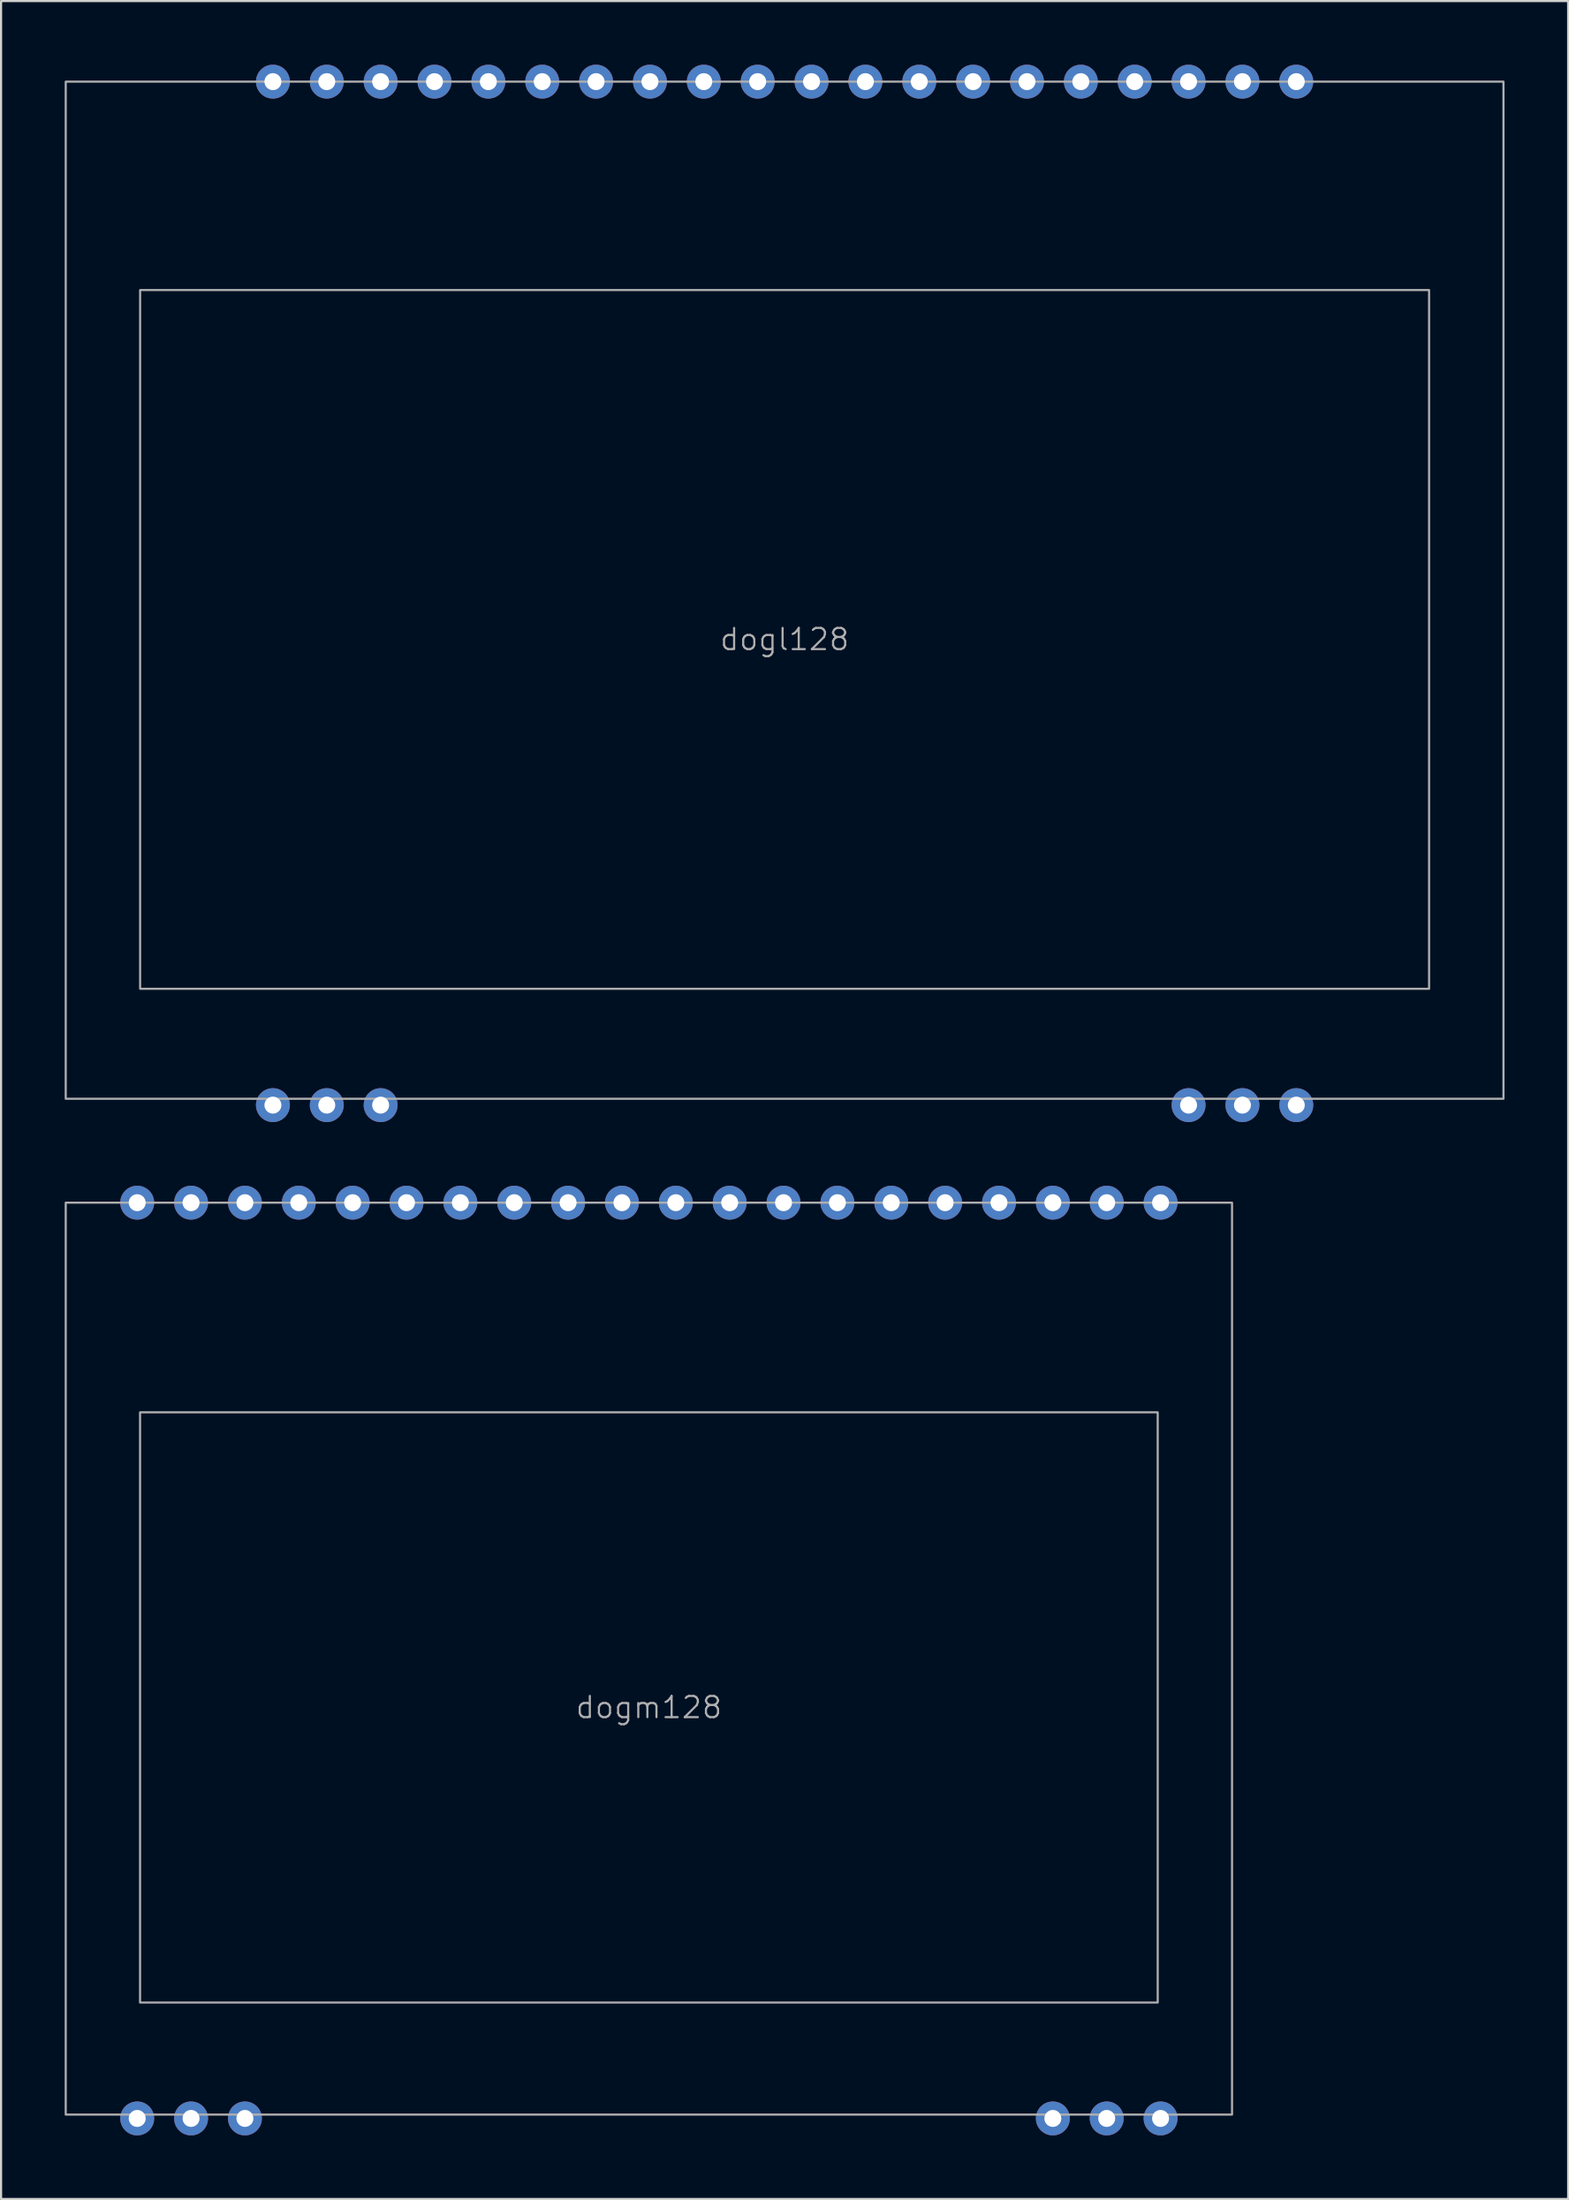
<source format=kicad_pcb>
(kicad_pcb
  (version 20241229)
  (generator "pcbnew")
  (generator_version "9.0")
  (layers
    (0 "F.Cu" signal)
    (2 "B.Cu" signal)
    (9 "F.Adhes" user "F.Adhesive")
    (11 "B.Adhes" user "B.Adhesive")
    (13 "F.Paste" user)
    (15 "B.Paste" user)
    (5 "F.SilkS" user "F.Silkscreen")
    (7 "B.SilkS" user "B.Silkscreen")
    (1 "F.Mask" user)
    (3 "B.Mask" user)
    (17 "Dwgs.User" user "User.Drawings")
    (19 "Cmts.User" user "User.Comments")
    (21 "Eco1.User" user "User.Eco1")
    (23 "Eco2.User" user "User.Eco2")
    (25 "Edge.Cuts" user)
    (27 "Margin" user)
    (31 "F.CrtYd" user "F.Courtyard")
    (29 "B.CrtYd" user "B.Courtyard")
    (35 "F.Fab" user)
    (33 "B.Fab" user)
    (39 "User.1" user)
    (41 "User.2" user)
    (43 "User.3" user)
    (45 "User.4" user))
  (footprint "dogm128"
    (layer "F.Cu")
    (at 27.55 77.46)
    (property "Reference" "dogm128" (at 0 0 0) (unlocked yes) (layer "F.Fab") (effects (font (size 1 1) (thickness 0.1))))
    (attr through_hole)
    (fp_rect (start -27.5 -23.8) (end 27.5 19.2) (stroke (width 0.1) (type default)) (fill no) (layer "F.Fab"))
    (fp_rect (start -23.995 13.915) (end 23.995 -13.915) (stroke (width 0.1) (type default)) (fill no) (layer "F.Fab"))
    (pad "1" thru_hole circle (at -24.13 19.38) (size 1.6 1.6) (drill 0.8) (layers "*.Cu" "*.Mask"))
    (pad "2" thru_hole circle (at -21.59 19.38) (size 1.6 1.6) (drill 0.8) (layers "*.Cu" "*.Mask"))
    (pad "3" thru_hole circle (at -19.05 19.38) (size 1.6 1.6) (drill 0.8) (layers "*.Cu" "*.Mask"))
    (pad "18" thru_hole circle (at 19.05 19.38) (size 1.6 1.6) (drill 0.8) (layers "*.Cu" "*.Mask"))
    (pad "19" thru_hole circle (at 21.59 19.38) (size 1.6 1.6) (drill 0.8) (layers "*.Cu" "*.Mask"))
    (pad "20" thru_hole circle (at 24.13 19.38) (size 1.6 1.6) (drill 0.8) (layers "*.Cu" "*.Mask"))
    (pad "21" thru_hole circle (at 24.13 -23.8) (size 1.6 1.6) (drill 0.8) (layers "*.Cu" "*.Mask"))
    (pad "22" thru_hole circle (at 21.59 -23.8) (size 1.6 1.6) (drill 0.8) (layers "*.Cu" "*.Mask"))
    (pad "23" thru_hole circle (at 19.05 -23.8) (size 1.6 1.6) (drill 0.8) (layers "*.Cu" "*.Mask"))
    (pad "24" thru_hole circle (at 16.51 -23.8) (size 1.6 1.6) (drill 0.8) (layers "*.Cu" "*.Mask"))
    (pad "25" thru_hole circle (at 13.97 -23.8) (size 1.6 1.6) (drill 0.8) (layers "*.Cu" "*.Mask"))
    (pad "26" thru_hole circle (at 11.43 -23.8) (size 1.6 1.6) (drill 0.8) (layers "*.Cu" "*.Mask"))
    (pad "27" thru_hole circle (at 8.89 -23.8) (size 1.6 1.6) (drill 0.8) (layers "*.Cu" "*.Mask"))
    (pad "28" thru_hole circle (at 6.35 -23.8) (size 1.6 1.6) (drill 0.8) (layers "*.Cu" "*.Mask"))
    (pad "29" thru_hole circle (at 3.81 -23.8) (size 1.6 1.6) (drill 0.8) (layers "*.Cu" "*.Mask"))
    (pad "30" thru_hole circle (at 1.27 -23.8) (size 1.6 1.6) (drill 0.8) (layers "*.Cu" "*.Mask"))
    (pad "31" thru_hole circle (at -1.27 -23.8) (size 1.6 1.6) (drill 0.8) (layers "*.Cu" "*.Mask"))
    (pad "32" thru_hole circle (at -3.81 -23.8) (size 1.6 1.6) (drill 0.8) (layers "*.Cu" "*.Mask"))
    (pad "33" thru_hole circle (at -6.35 -23.8) (size 1.6 1.6) (drill 0.8) (layers "*.Cu" "*.Mask"))
    (pad "34" thru_hole circle (at -8.89 -23.8) (size 1.6 1.6) (drill 0.8) (layers "*.Cu" "*.Mask"))
    (pad "35" thru_hole circle (at -11.43 -23.8) (size 1.6 1.6) (drill 0.8) (layers "*.Cu" "*.Mask"))
    (pad "36" thru_hole circle (at -13.97 -23.8) (size 1.6 1.6) (drill 0.8) (layers "*.Cu" "*.Mask"))
    (pad "37" thru_hole circle (at -16.51 -23.8) (size 1.6 1.6) (drill 0.8) (layers "*.Cu" "*.Mask"))
    (pad "38" thru_hole circle (at -19.05 -23.8) (size 1.6 1.6) (drill 0.8) (layers "*.Cu" "*.Mask"))
    (pad "39" thru_hole circle (at -21.59 -23.8) (size 1.6 1.6) (drill 0.8) (layers "*.Cu" "*.Mask"))
    (pad "40" thru_hole circle (at -24.13 -23.8) (size 1.6 1.6) (drill 0.8) (layers "*.Cu" "*.Mask")))
  (footprint "dogl128"
    (layer "F.Cu")
    (at 33.95 27.1)
    (property "Reference" "dogl128" (at 0 0 0) (unlocked yes) (layer "F.Fab") (effects (font (size 1 1) (thickness 0.1))))
    (attr through_hole)
    (fp_rect (start -33.9 -26.3) (end 33.9 21.66) (stroke (width 0.1) (type default)) (fill no) (layer "F.Fab"))
    (fp_rect (start -30.392 -16.473) (end 30.392 16.473) (stroke (width 0.1) (type default)) (fill no) (layer "F.Fab"))
    (pad "1" thru_hole circle (at -24.13 21.96) (size 1.6 1.6) (drill 0.8) (layers "*.Cu" "*.Mask"))
    (pad "2" thru_hole circle (at -21.59 21.96) (size 1.6 1.6) (drill 0.8) (layers "*.Cu" "*.Mask"))
    (pad "3" thru_hole circle (at -19.05 21.96) (size 1.6 1.6) (drill 0.8) (layers "*.Cu" "*.Mask"))
    (pad "18" thru_hole circle (at 19.05 21.96) (size 1.6 1.6) (drill 0.8) (layers "*.Cu" "*.Mask"))
    (pad "19" thru_hole circle (at 21.59 21.96) (size 1.6 1.6) (drill 0.8) (layers "*.Cu" "*.Mask"))
    (pad "20" thru_hole circle (at 24.13 21.96) (size 1.6 1.6) (drill 0.8) (layers "*.Cu" "*.Mask"))
    (pad "21" thru_hole circle (at 24.13 -26.3) (size 1.6 1.6) (drill 0.8) (layers "*.Cu" "*.Mask"))
    (pad "22" thru_hole circle (at 21.59 -26.3) (size 1.6 1.6) (drill 0.8) (layers "*.Cu" "*.Mask"))
    (pad "23" thru_hole circle (at 19.05 -26.3) (size 1.6 1.6) (drill 0.8) (layers "*.Cu" "*.Mask"))
    (pad "24" thru_hole circle (at 16.51 -26.3) (size 1.6 1.6) (drill 0.8) (layers "*.Cu" "*.Mask"))
    (pad "25" thru_hole circle (at 13.97 -26.3) (size 1.6 1.6) (drill 0.8) (layers "*.Cu" "*.Mask"))
    (pad "26" thru_hole circle (at 11.43 -26.3) (size 1.6 1.6) (drill 0.8) (layers "*.Cu" "*.Mask"))
    (pad "27" thru_hole circle (at 8.89 -26.3) (size 1.6 1.6) (drill 0.8) (layers "*.Cu" "*.Mask"))
    (pad "28" thru_hole circle (at 6.35 -26.3) (size 1.6 1.6) (drill 0.8) (layers "*.Cu" "*.Mask"))
    (pad "29" thru_hole circle (at 3.81 -26.3) (size 1.6 1.6) (drill 0.8) (layers "*.Cu" "*.Mask"))
    (pad "30" thru_hole circle (at 1.27 -26.3) (size 1.6 1.6) (drill 0.8) (layers "*.Cu" "*.Mask"))
    (pad "31" thru_hole circle (at -1.27 -26.3) (size 1.6 1.6) (drill 0.8) (layers "*.Cu" "*.Mask"))
    (pad "32" thru_hole circle (at -3.81 -26.3) (size 1.6 1.6) (drill 0.8) (layers "*.Cu" "*.Mask"))
    (pad "33" thru_hole circle (at -6.35 -26.3) (size 1.6 1.6) (drill 0.8) (layers "*.Cu" "*.Mask"))
    (pad "34" thru_hole circle (at -8.89 -26.3) (size 1.6 1.6) (drill 0.8) (layers "*.Cu" "*.Mask"))
    (pad "35" thru_hole circle (at -11.43 -26.3) (size 1.6 1.6) (drill 0.8) (layers "*.Cu" "*.Mask"))
    (pad "36" thru_hole circle (at -13.97 -26.3) (size 1.6 1.6) (drill 0.8) (layers "*.Cu" "*.Mask"))
    (pad "37" thru_hole circle (at -16.51 -26.3) (size 1.6 1.6) (drill 0.8) (layers "*.Cu" "*.Mask"))
    (pad "38" thru_hole circle (at -19.05 -26.3) (size 1.6 1.6) (drill 0.8) (layers "*.Cu" "*.Mask"))
    (pad "39" thru_hole circle (at -21.59 -26.3) (size 1.6 1.6) (drill 0.8) (layers "*.Cu" "*.Mask"))
    (pad "40" thru_hole circle (at -24.13 -26.3) (size 1.6 1.6) (drill 0.8) (layers "*.Cu" "*.Mask")))
  (gr_rect
    (start -3 -3)
    (end 70.9 100.64)
    (stroke (width 0.1) (type default))
    (fill no)
    (layer "Edge.Cuts")))
</source>
